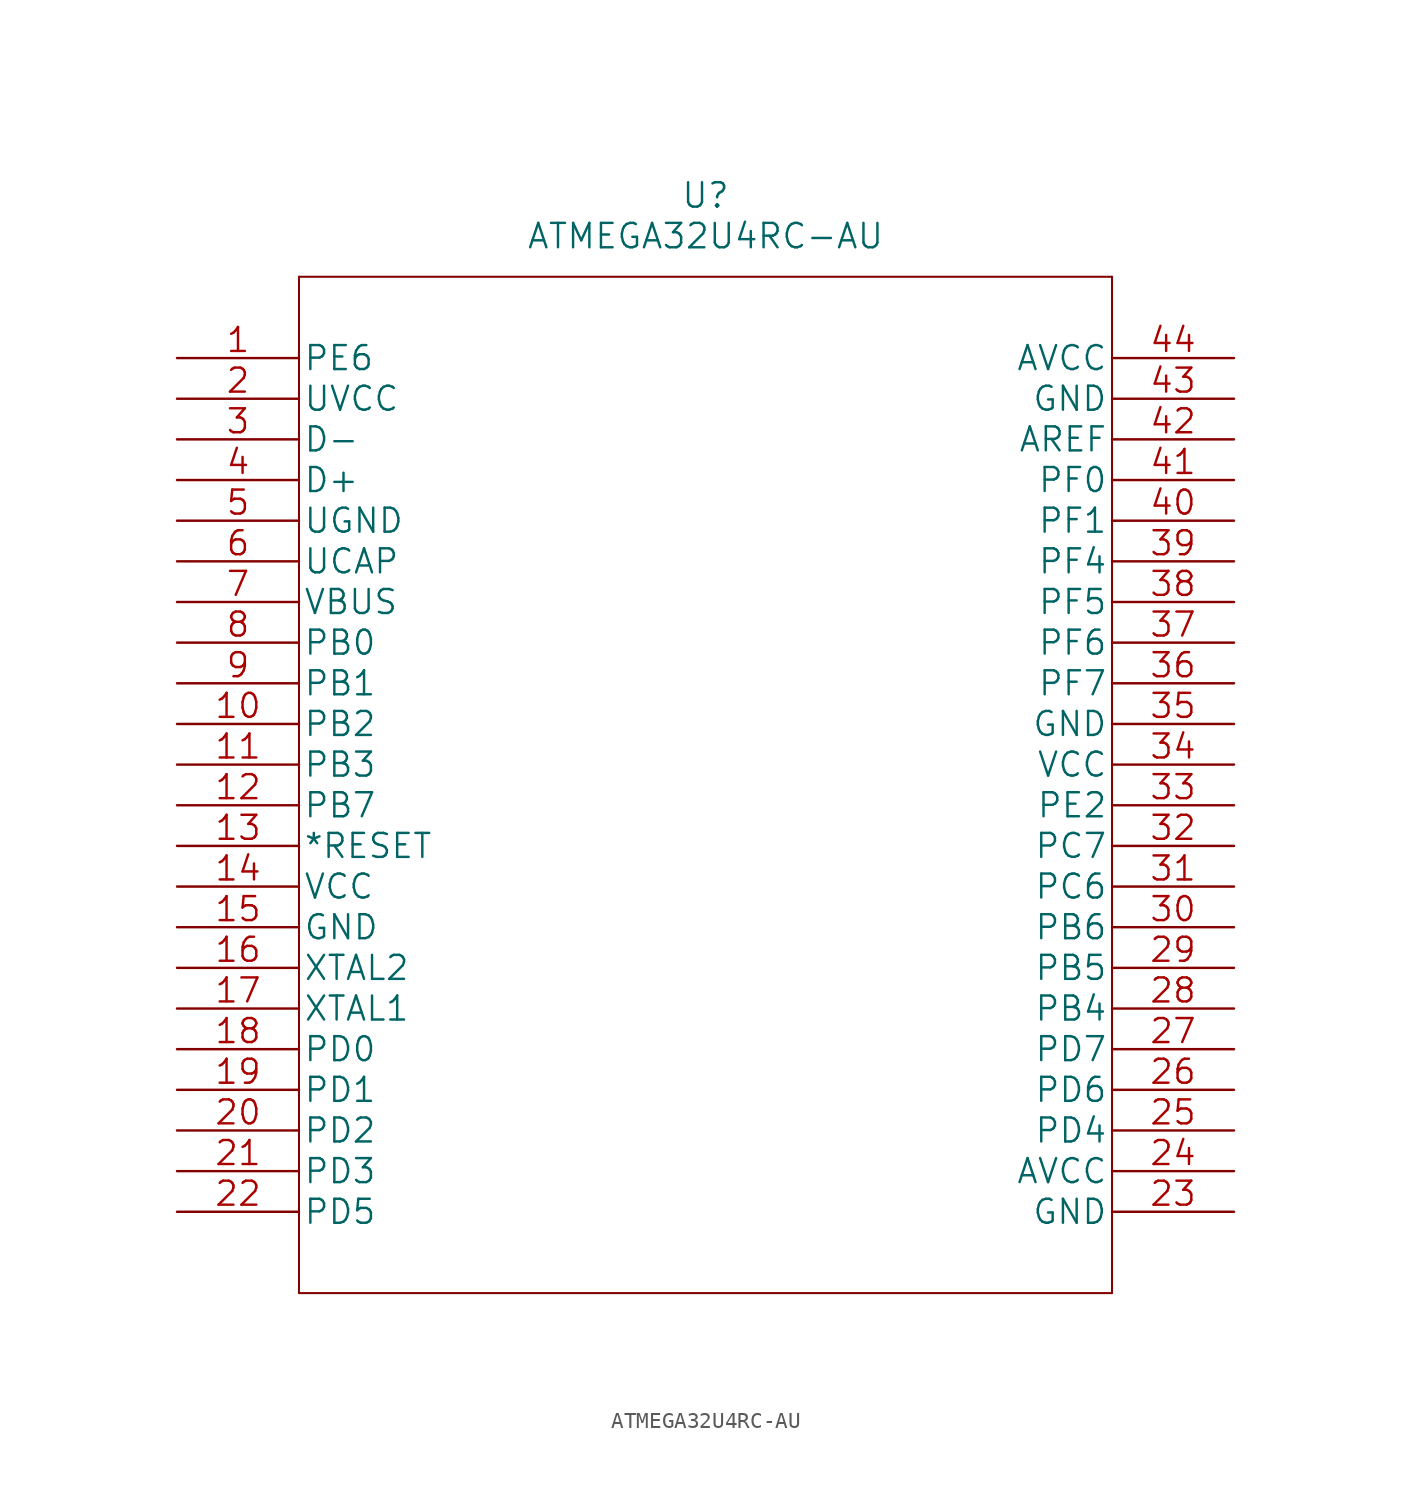
<source format=kicad_sym>
(kicad_symbol_lib
  (version 20211014)
  (generator kicad_symbol_editor)
  (symbol "ATMEGA32U4RC-AU"
    (pin_names
      (offset 0.254))
    (property "Reference" "U"
      (at 33.02 10.16 0)
      (effects (font (size 1.524 1.524))))
    (property "Value" "ATMEGA32U4RC-AU"
      (at 33.02 7.62 0)
      (effects (font (size 1.524 1.524))))
    (property "Datasheet" ""
      (at 0 0 0)
      (effects (font (size 1.524 1.524))))
    (property "ki_locked" ""
      (at 0 0 0)
      (effects (font (size 1.27 1.27))))
    (symbol "ATMEGA32U4RC-AU_1_1"
      (polyline (pts (xy 7.62 -58.42) (xy 58.42 -58.42)) (stroke (width 0.127) (type default) (color 0 0 0 0)) (fill (type none)))
      (polyline (pts (xy 7.62 5.08) (xy 7.62 -58.42)) (stroke (width 0.127) (type default) (color 0 0 0 0)) (fill (type none)))
      (polyline (pts (xy 58.42 -58.42) (xy 58.42 5.08)) (stroke (width 0.127) (type default) (color 0 0 0 0)) (fill (type none)))
      (polyline (pts (xy 58.42 5.08) (xy 7.62 5.08)) (stroke (width 0.127) (type default) (color 0 0 0 0)) (fill (type none)))
      (pin bidirectional line (at 0 0 0) (length 7.62) (name "PE6" (effects (font (size 1.499 1.499)))) (number "1" (effects (font (size 1.499 1.499)))))
      (pin bidirectional line (at 0 -22.86 0) (length 7.62) (name "PB2" (effects (font (size 1.499 1.499)))) (number "10" (effects (font (size 1.499 1.499)))))
      (pin bidirectional line (at 0 -25.4 0) (length 7.62) (name "PB3" (effects (font (size 1.499 1.499)))) (number "11" (effects (font (size 1.499 1.499)))))
      (pin bidirectional line (at 0 -27.94 0) (length 7.62) (name "PB7" (effects (font (size 1.499 1.499)))) (number "12" (effects (font (size 1.499 1.499)))))
      (pin input line (at 0 -30.48 0) (length 7.62) (name "*RESET" (effects (font (size 1.499 1.499)))) (number "13" (effects (font (size 1.499 1.499)))))
      (pin power_in line (at 0 -33.02 0) (length 7.62) (name "VCC" (effects (font (size 1.499 1.499)))) (number "14" (effects (font (size 1.499 1.499)))))
      (pin power_in line (at 0 -35.56 0) (length 7.62) (name "GND" (effects (font (size 1.499 1.499)))) (number "15" (effects (font (size 1.499 1.499)))))
      (pin output line (at 0 -38.1 0) (length 7.62) (name "XTAL2" (effects (font (size 1.499 1.499)))) (number "16" (effects (font (size 1.499 1.499)))))
      (pin input line (at 0 -40.64 0) (length 7.62) (name "XTAL1" (effects (font (size 1.499 1.499)))) (number "17" (effects (font (size 1.499 1.499)))))
      (pin bidirectional line (at 0 -43.18 0) (length 7.62) (name "PD0" (effects (font (size 1.499 1.499)))) (number "18" (effects (font (size 1.499 1.499)))))
      (pin bidirectional line (at 0 -45.72 0) (length 7.62) (name "PD1" (effects (font (size 1.499 1.499)))) (number "19" (effects (font (size 1.499 1.499)))))
      (pin power_in line (at 0 -2.54 0) (length 7.62) (name "UVCC" (effects (font (size 1.499 1.499)))) (number "2" (effects (font (size 1.499 1.499)))))
      (pin bidirectional line (at 0 -48.26 0) (length 7.62) (name "PD2" (effects (font (size 1.499 1.499)))) (number "20" (effects (font (size 1.499 1.499)))))
      (pin bidirectional line (at 0 -50.8 0) (length 7.62) (name "PD3" (effects (font (size 1.499 1.499)))) (number "21" (effects (font (size 1.499 1.499)))))
      (pin bidirectional line (at 0 -53.34 0) (length 7.62) (name "PD5" (effects (font (size 1.499 1.499)))) (number "22" (effects (font (size 1.499 1.499)))))
      (pin power_in line (at 66.04 -53.34 180) (length 7.62) (name "GND" (effects (font (size 1.499 1.499)))) (number "23" (effects (font (size 1.499 1.499)))))
      (pin power_in line (at 66.04 -50.8 180) (length 7.62) (name "AVCC" (effects (font (size 1.499 1.499)))) (number "24" (effects (font (size 1.499 1.499)))))
      (pin bidirectional line (at 66.04 -48.26 180) (length 7.62) (name "PD4" (effects (font (size 1.499 1.499)))) (number "25" (effects (font (size 1.499 1.499)))))
      (pin bidirectional line (at 66.04 -45.72 180) (length 7.62) (name "PD6" (effects (font (size 1.499 1.499)))) (number "26" (effects (font (size 1.499 1.499)))))
      (pin bidirectional line (at 66.04 -43.18 180) (length 7.62) (name "PD7" (effects (font (size 1.499 1.499)))) (number "27" (effects (font (size 1.499 1.499)))))
      (pin bidirectional line (at 66.04 -40.64 180) (length 7.62) (name "PB4" (effects (font (size 1.499 1.499)))) (number "28" (effects (font (size 1.499 1.499)))))
      (pin bidirectional line (at 66.04 -38.1 180) (length 7.62) (name "PB5" (effects (font (size 1.499 1.499)))) (number "29" (effects (font (size 1.499 1.499)))))
      (pin unspecified line (at 0 -5.08 0) (length 7.62) (name "D-" (effects (font (size 1.499 1.499)))) (number "3" (effects (font (size 1.499 1.499)))))
      (pin bidirectional line (at 66.04 -35.56 180) (length 7.62) (name "PB6" (effects (font (size 1.499 1.499)))) (number "30" (effects (font (size 1.499 1.499)))))
      (pin bidirectional line (at 66.04 -33.02 180) (length 7.62) (name "PC6" (effects (font (size 1.499 1.499)))) (number "31" (effects (font (size 1.499 1.499)))))
      (pin bidirectional line (at 66.04 -30.48 180) (length 7.62) (name "PC7" (effects (font (size 1.499 1.499)))) (number "32" (effects (font (size 1.499 1.499)))))
      (pin bidirectional line (at 66.04 -27.94 180) (length 7.62) (name "PE2" (effects (font (size 1.499 1.499)))) (number "33" (effects (font (size 1.499 1.499)))))
      (pin power_in line (at 66.04 -25.4 180) (length 7.62) (name "VCC" (effects (font (size 1.499 1.499)))) (number "34" (effects (font (size 1.499 1.499)))))
      (pin power_in line (at 66.04 -22.86 180) (length 7.62) (name "GND" (effects (font (size 1.499 1.499)))) (number "35" (effects (font (size 1.499 1.499)))))
      (pin bidirectional line (at 66.04 -20.32 180) (length 7.62) (name "PF7" (effects (font (size 1.499 1.499)))) (number "36" (effects (font (size 1.499 1.499)))))
      (pin bidirectional line (at 66.04 -17.78 180) (length 7.62) (name "PF6" (effects (font (size 1.499 1.499)))) (number "37" (effects (font (size 1.499 1.499)))))
      (pin bidirectional line (at 66.04 -15.24 180) (length 7.62) (name "PF5" (effects (font (size 1.499 1.499)))) (number "38" (effects (font (size 1.499 1.499)))))
      (pin bidirectional line (at 66.04 -12.7 180) (length 7.62) (name "PF4" (effects (font (size 1.499 1.499)))) (number "39" (effects (font (size 1.499 1.499)))))
      (pin unspecified line (at 0 -7.62 0) (length 7.62) (name "D+" (effects (font (size 1.499 1.499)))) (number "4" (effects (font (size 1.499 1.499)))))
      (pin bidirectional line (at 66.04 -10.16 180) (length 7.62) (name "PF1" (effects (font (size 1.499 1.499)))) (number "40" (effects (font (size 1.499 1.499)))))
      (pin bidirectional line (at 66.04 -7.62 180) (length 7.62) (name "PF0" (effects (font (size 1.499 1.499)))) (number "41" (effects (font (size 1.499 1.499)))))
      (pin input line (at 66.04 -5.08 180) (length 7.62) (name "AREF" (effects (font (size 1.499 1.499)))) (number "42" (effects (font (size 1.499 1.499)))))
      (pin power_in line (at 66.04 -2.54 180) (length 7.62) (name "GND" (effects (font (size 1.499 1.499)))) (number "43" (effects (font (size 1.499 1.499)))))
      (pin power_in line (at 66.04 0 180) (length 7.62) (name "AVCC" (effects (font (size 1.499 1.499)))) (number "44" (effects (font (size 1.499 1.499)))))
      (pin power_in line (at 0 -10.16 0) (length 7.62) (name "UGND" (effects (font (size 1.499 1.499)))) (number "5" (effects (font (size 1.499 1.499)))))
      (pin output line (at 0 -12.7 0) (length 7.62) (name "UCAP" (effects (font (size 1.499 1.499)))) (number "6" (effects (font (size 1.499 1.499)))))
      (pin input line (at 0 -15.24 0) (length 7.62) (name "VBUS" (effects (font (size 1.499 1.499)))) (number "7" (effects (font (size 1.499 1.499)))))
      (pin bidirectional line (at 0 -17.78 0) (length 7.62) (name "PB0" (effects (font (size 1.499 1.499)))) (number "8" (effects (font (size 1.499 1.499)))))
      (pin bidirectional line (at 0 -20.32 0) (length 7.62) (name "PB1" (effects (font (size 1.499 1.499)))) (number "9" (effects (font (size 1.499 1.499))))))))
</source>
